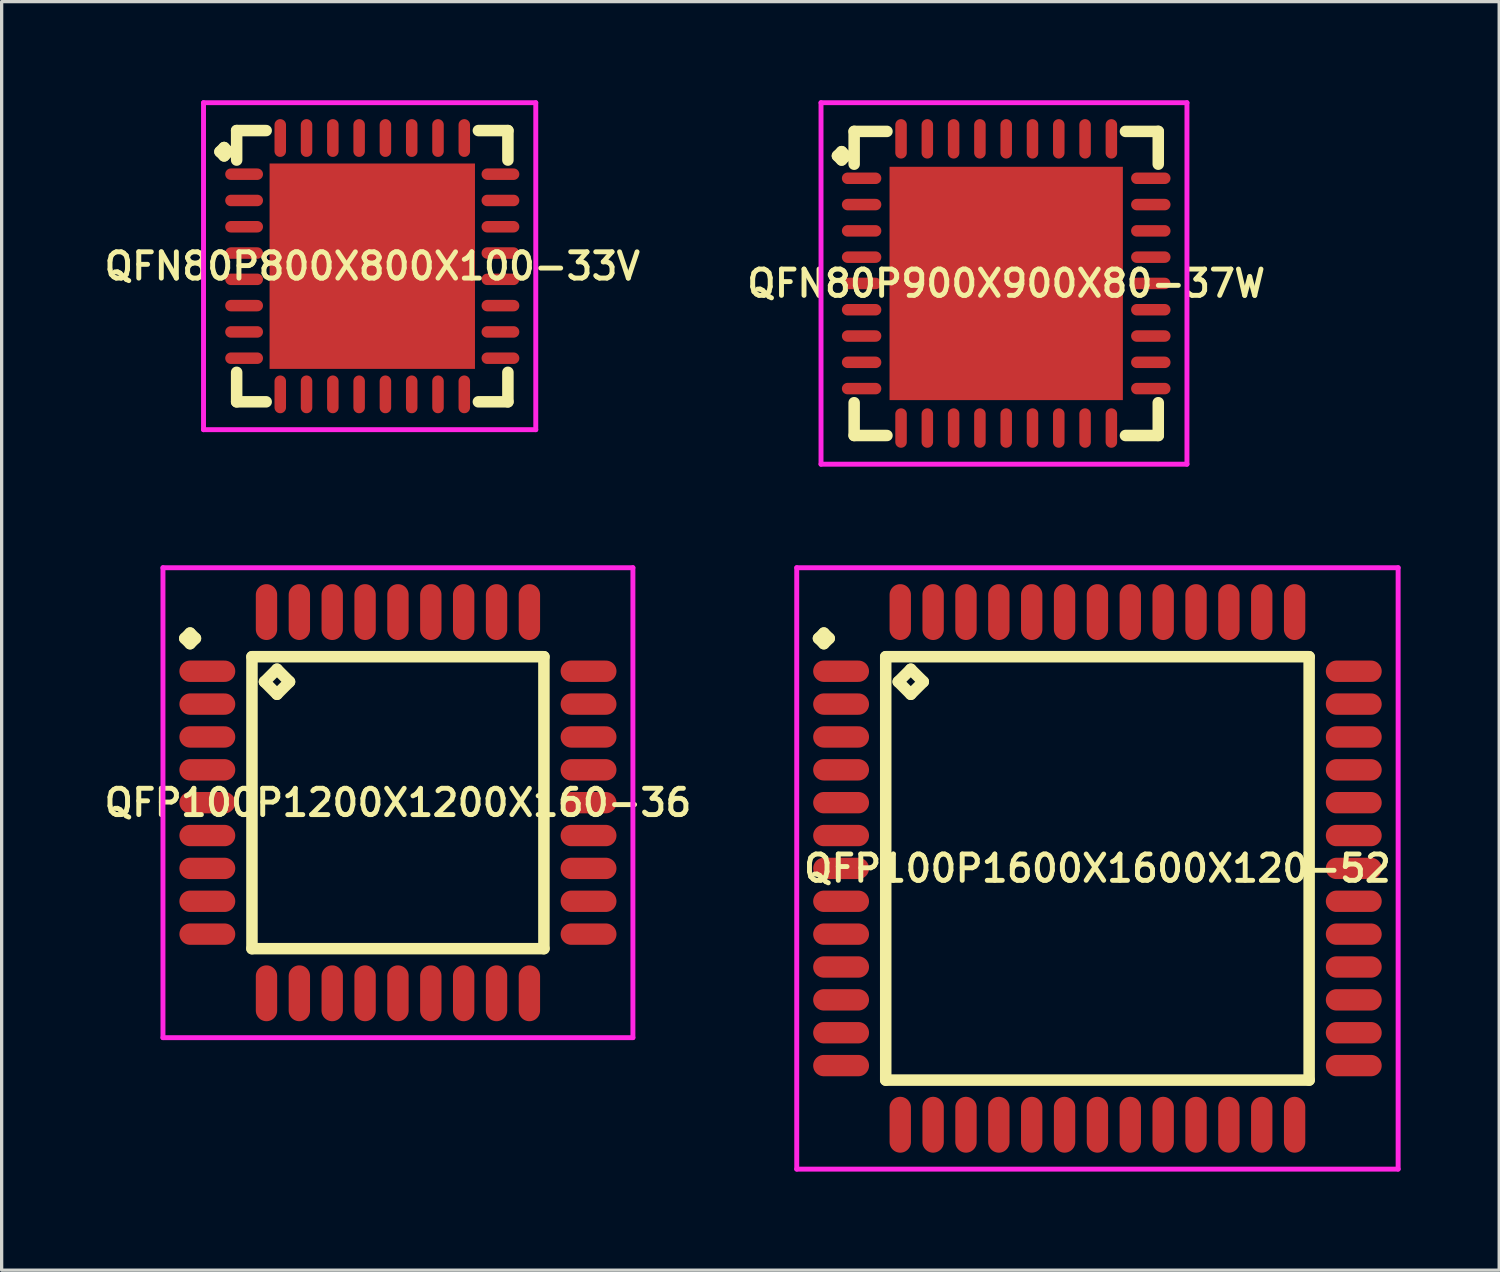
<source format=kicad_pcb>
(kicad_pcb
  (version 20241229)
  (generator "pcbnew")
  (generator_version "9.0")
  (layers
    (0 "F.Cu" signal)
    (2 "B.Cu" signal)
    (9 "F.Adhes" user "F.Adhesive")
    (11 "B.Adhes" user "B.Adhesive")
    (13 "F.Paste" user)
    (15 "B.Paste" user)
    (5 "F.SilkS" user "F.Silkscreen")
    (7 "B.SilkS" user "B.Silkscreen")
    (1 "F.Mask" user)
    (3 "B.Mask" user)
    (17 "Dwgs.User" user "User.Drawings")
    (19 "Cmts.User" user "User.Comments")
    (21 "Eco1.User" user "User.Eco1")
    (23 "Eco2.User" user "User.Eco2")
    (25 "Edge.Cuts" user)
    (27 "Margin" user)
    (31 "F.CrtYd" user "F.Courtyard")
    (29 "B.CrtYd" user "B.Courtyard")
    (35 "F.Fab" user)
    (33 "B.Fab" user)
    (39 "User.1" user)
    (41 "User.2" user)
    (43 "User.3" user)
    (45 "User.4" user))
  (footprint "QFN80P800X800X100-33V"
    (layer "F.Cu")
    (at 8.278 5.05)
    (property "Reference" "QFN80P800X800X100-33V" (at 0 0 0) (layer "F.SilkS") (effects (font (size 0.8 0.8) (thickness 0.15))))
    (attr smd)
    (fp_line (start -4.635 -3.483) (end -4.508 -3.61) (stroke (width 0.35) (type solid)) (layer "F.SilkS"))
    (fp_line (start -4.508 -3.61) (end -4.381 -3.483) (stroke (width 0.35) (type solid)) (layer "F.SilkS"))
    (fp_line (start -4.508 -3.356) (end -4.635 -3.483) (stroke (width 0.35) (type solid)) (layer "F.SilkS"))
    (fp_line (start -4.381 -3.483) (end -4.508 -3.356) (stroke (width 0.35) (type solid)) (layer "F.SilkS"))
    (fp_line (start -4.127 -4.127) (end -3.229 -4.127) (stroke (width 0.35) (type solid)) (layer "F.SilkS"))
    (fp_line (start -4.127 -3.229) (end -4.127 -4.127) (stroke (width 0.35) (type solid)) (layer "F.SilkS"))
    (fp_line (start -4.127 3.229) (end -4.127 4.127) (stroke (width 0.35) (type solid)) (layer "F.SilkS"))
    (fp_line (start -4.127 4.127) (end -3.229 4.127) (stroke (width 0.35) (type solid)) (layer "F.SilkS"))
    (fp_line (start 3.229 -4.127) (end 4.127 -4.127) (stroke (width 0.35) (type solid)) (layer "F.SilkS"))
    (fp_line (start 3.229 4.127) (end 4.127 4.127) (stroke (width 0.35) (type solid)) (layer "F.SilkS"))
    (fp_line (start 4.127 -4.127) (end 4.127 -3.229) (stroke (width 0.35) (type solid)) (layer "F.SilkS"))
    (fp_line (start 4.127 4.127) (end 4.127 3.229) (stroke (width 0.35) (type solid)) (layer "F.SilkS"))
    (fp_line (start -5.135 -4.975) (end 4.975 -4.975) (stroke (width 0.15) (type solid)) (layer "F.CrtYd"))
    (fp_line (start -5.135 4.975) (end -5.135 -4.975) (stroke (width 0.15) (type solid)) (layer "F.CrtYd"))
    (fp_line (start 4.975 -4.975) (end 4.975 4.975) (stroke (width 0.15) (type solid)) (layer "F.CrtYd"))
    (fp_line (start 4.975 4.975) (end -5.135 4.975) (stroke (width 0.15) (type solid)) (layer "F.CrtYd"))
    (pad "1" smd oval (at -3.9 -2.8) (size 1.15 0.35) (layers "F.Cu" "F.Mask" "F.Paste"))
    (pad "2" smd oval (at -3.9 -2) (size 1.15 0.35) (layers "F.Cu" "F.Mask" "F.Paste"))
    (pad "3" smd oval (at -3.9 -1.2) (size 1.15 0.35) (layers "F.Cu" "F.Mask" "F.Paste"))
    (pad "4" smd oval (at -3.9 -0.4) (size 1.15 0.35) (layers "F.Cu" "F.Mask" "F.Paste"))
    (pad "5" smd oval (at -3.9 0.4) (size 1.15 0.35) (layers "F.Cu" "F.Mask" "F.Paste"))
    (pad "6" smd oval (at -3.9 1.2) (size 1.15 0.35) (layers "F.Cu" "F.Mask" "F.Paste"))
    (pad "7" smd oval (at -3.9 2) (size 1.15 0.35) (layers "F.Cu" "F.Mask" "F.Paste"))
    (pad "8" smd oval (at -3.9 2.8) (size 1.15 0.35) (layers "F.Cu" "F.Mask" "F.Paste"))
    (pad "9" smd oval (at -2.8 3.9) (size 0.35 1.15) (layers "F.Cu" "F.Mask" "F.Paste"))
    (pad "10" smd oval (at -2 3.9) (size 0.35 1.15) (layers "F.Cu" "F.Mask" "F.Paste"))
    (pad "11" smd oval (at -1.2 3.9) (size 0.35 1.15) (layers "F.Cu" "F.Mask" "F.Paste"))
    (pad "12" smd oval (at -0.4 3.9) (size 0.35 1.15) (layers "F.Cu" "F.Mask" "F.Paste"))
    (pad "13" smd oval (at 0.4 3.9) (size 0.35 1.15) (layers "F.Cu" "F.Mask" "F.Paste"))
    (pad "14" smd oval (at 1.2 3.9) (size 0.35 1.15) (layers "F.Cu" "F.Mask" "F.Paste"))
    (pad "15" smd oval (at 2 3.9) (size 0.35 1.15) (layers "F.Cu" "F.Mask" "F.Paste"))
    (pad "16" smd oval (at 2.8 3.9) (size 0.35 1.15) (layers "F.Cu" "F.Mask" "F.Paste"))
    (pad "17" smd oval (at 3.9 2.8) (size 1.15 0.35) (layers "F.Cu" "F.Mask" "F.Paste"))
    (pad "18" smd oval (at 3.9 2) (size 1.15 0.35) (layers "F.Cu" "F.Mask" "F.Paste"))
    (pad "19" smd oval (at 3.9 1.2) (size 1.15 0.35) (layers "F.Cu" "F.Mask" "F.Paste"))
    (pad "20" smd oval (at 3.9 0.4) (size 1.15 0.35) (layers "F.Cu" "F.Mask" "F.Paste"))
    (pad "21" smd oval (at 3.9 -0.4) (size 1.15 0.35) (layers "F.Cu" "F.Mask" "F.Paste"))
    (pad "22" smd oval (at 3.9 -1.2) (size 1.15 0.35) (layers "F.Cu" "F.Mask" "F.Paste"))
    (pad "23" smd oval (at 3.9 -2) (size 1.15 0.35) (layers "F.Cu" "F.Mask" "F.Paste"))
    (pad "24" smd oval (at 3.9 -2.8) (size 1.15 0.35) (layers "F.Cu" "F.Mask" "F.Paste"))
    (pad "25" smd oval (at 2.8 -3.9) (size 0.35 1.15) (layers "F.Cu" "F.Mask" "F.Paste"))
    (pad "26" smd oval (at 2 -3.9) (size 0.35 1.15) (layers "F.Cu" "F.Mask" "F.Paste"))
    (pad "27" smd oval (at 1.2 -3.9) (size 0.35 1.15) (layers "F.Cu" "F.Mask" "F.Paste"))
    (pad "28" smd oval (at 0.4 -3.9) (size 0.35 1.15) (layers "F.Cu" "F.Mask" "F.Paste"))
    (pad "29" smd oval (at -0.4 -3.9) (size 0.35 1.15) (layers "F.Cu" "F.Mask" "F.Paste"))
    (pad "30" smd oval (at -1.2 -3.9) (size 0.35 1.15) (layers "F.Cu" "F.Mask" "F.Paste"))
    (pad "31" smd oval (at -2 -3.9) (size 0.35 1.15) (layers "F.Cu" "F.Mask" "F.Paste"))
    (pad "32" smd oval (at -2.8 -3.9) (size 0.35 1.15) (layers "F.Cu" "F.Mask" "F.Paste"))
    (pad "33" smd rect (at 0 0) (size 6.25 6.25) (layers "F.Cu" "F.Mask" "F.Paste")))
  (footprint "QFP100P1600X1600X120-52"
    (layer "F.Cu")
    (at 30.344 23.375)
    (property "Reference" "QFP100P1600X1600X120-52" (at 0 0 0) (layer "F.SilkS") (effects (font (size 0.8 0.8) (thickness 0.15))))
    (attr smd)
    (fp_line (start -8.488 -7) (end -8.325 -7.162) (stroke (width 0.35) (type solid)) (layer "F.SilkS"))
    (fp_line (start -8.325 -7.162) (end -8.162 -7) (stroke (width 0.35) (type solid)) (layer "F.SilkS"))
    (fp_line (start -8.325 -6.838) (end -8.488 -7) (stroke (width 0.35) (type solid)) (layer "F.SilkS"))
    (fp_line (start -8.162 -7) (end -8.325 -6.838) (stroke (width 0.35) (type solid)) (layer "F.SilkS"))
    (fp_line (start -6.442 -6.442) (end -6.442 6.442) (stroke (width 0.35) (type solid)) (layer "F.SilkS"))
    (fp_line (start -6.442 6.442) (end 6.442 6.442) (stroke (width 0.35) (type solid)) (layer "F.SilkS"))
    (fp_line (start -6.061 -5.68) (end -5.68 -6.061) (stroke (width 0.35) (type solid)) (layer "F.SilkS"))
    (fp_line (start -5.68 -6.061) (end -5.299 -5.68) (stroke (width 0.35) (type solid)) (layer "F.SilkS"))
    (fp_line (start -5.68 -5.299) (end -6.061 -5.68) (stroke (width 0.35) (type solid)) (layer "F.SilkS"))
    (fp_line (start -5.299 -5.68) (end -5.68 -5.299) (stroke (width 0.35) (type solid)) (layer "F.SilkS"))
    (fp_line (start 6.442 -6.442) (end -6.442 -6.442) (stroke (width 0.35) (type solid)) (layer "F.SilkS"))
    (fp_line (start 6.442 6.442) (end 6.442 -6.442) (stroke (width 0.35) (type solid)) (layer "F.SilkS"))
    (fp_line (start -9.15 -9.15) (end 9.15 -9.15) (stroke (width 0.15) (type solid)) (layer "F.CrtYd"))
    (fp_line (start -9.15 9.15) (end -9.15 -9.15) (stroke (width 0.15) (type solid)) (layer "F.CrtYd"))
    (fp_line (start 9.15 -9.15) (end 9.15 9.15) (stroke (width 0.15) (type solid)) (layer "F.CrtYd"))
    (fp_line (start 9.15 9.15) (end -9.15 9.15) (stroke (width 0.15) (type solid)) (layer "F.CrtYd"))
    (pad "1" smd oval (at -7.8 -6) (size 1.7 0.65) (layers "F.Cu" "F.Mask" "F.Paste"))
    (pad "2" smd oval (at -7.8 -5) (size 1.7 0.65) (layers "F.Cu" "F.Mask" "F.Paste"))
    (pad "3" smd oval (at -7.8 -4) (size 1.7 0.65) (layers "F.Cu" "F.Mask" "F.Paste"))
    (pad "4" smd oval (at -7.8 -3) (size 1.7 0.65) (layers "F.Cu" "F.Mask" "F.Paste"))
    (pad "5" smd oval (at -7.8 -2) (size 1.7 0.65) (layers "F.Cu" "F.Mask" "F.Paste"))
    (pad "6" smd oval (at -7.8 -1) (size 1.7 0.65) (layers "F.Cu" "F.Mask" "F.Paste"))
    (pad "7" smd oval (at -7.8 0) (size 1.7 0.65) (layers "F.Cu" "F.Mask" "F.Paste"))
    (pad "8" smd oval (at -7.8 1) (size 1.7 0.65) (layers "F.Cu" "F.Mask" "F.Paste"))
    (pad "9" smd oval (at -7.8 2) (size 1.7 0.65) (layers "F.Cu" "F.Mask" "F.Paste"))
    (pad "10" smd oval (at -7.8 3) (size 1.7 0.65) (layers "F.Cu" "F.Mask" "F.Paste"))
    (pad "11" smd oval (at -7.8 4) (size 1.7 0.65) (layers "F.Cu" "F.Mask" "F.Paste"))
    (pad "12" smd oval (at -7.8 5) (size 1.7 0.65) (layers "F.Cu" "F.Mask" "F.Paste"))
    (pad "13" smd oval (at -7.8 6) (size 1.7 0.65) (layers "F.Cu" "F.Mask" "F.Paste"))
    (pad "14" smd oval (at -6 7.8) (size 0.65 1.7) (layers "F.Cu" "F.Mask" "F.Paste"))
    (pad "15" smd oval (at -5 7.8) (size 0.65 1.7) (layers "F.Cu" "F.Mask" "F.Paste"))
    (pad "16" smd oval (at -4 7.8) (size 0.65 1.7) (layers "F.Cu" "F.Mask" "F.Paste"))
    (pad "17" smd oval (at -3 7.8) (size 0.65 1.7) (layers "F.Cu" "F.Mask" "F.Paste"))
    (pad "18" smd oval (at -2 7.8) (size 0.65 1.7) (layers "F.Cu" "F.Mask" "F.Paste"))
    (pad "19" smd oval (at -1 7.8) (size 0.65 1.7) (layers "F.Cu" "F.Mask" "F.Paste"))
    (pad "20" smd oval (at 0 7.8) (size 0.65 1.7) (layers "F.Cu" "F.Mask" "F.Paste"))
    (pad "21" smd oval (at 1 7.8) (size 0.65 1.7) (layers "F.Cu" "F.Mask" "F.Paste"))
    (pad "22" smd oval (at 2 7.8) (size 0.65 1.7) (layers "F.Cu" "F.Mask" "F.Paste"))
    (pad "23" smd oval (at 3 7.8) (size 0.65 1.7) (layers "F.Cu" "F.Mask" "F.Paste"))
    (pad "24" smd oval (at 4 7.8) (size 0.65 1.7) (layers "F.Cu" "F.Mask" "F.Paste"))
    (pad "25" smd oval (at 5 7.8) (size 0.65 1.7) (layers "F.Cu" "F.Mask" "F.Paste"))
    (pad "26" smd oval (at 6 7.8) (size 0.65 1.7) (layers "F.Cu" "F.Mask" "F.Paste"))
    (pad "27" smd oval (at 7.8 6) (size 1.7 0.65) (layers "F.Cu" "F.Mask" "F.Paste"))
    (pad "28" smd oval (at 7.8 5) (size 1.7 0.65) (layers "F.Cu" "F.Mask" "F.Paste"))
    (pad "29" smd oval (at 7.8 4) (size 1.7 0.65) (layers "F.Cu" "F.Mask" "F.Paste"))
    (pad "30" smd oval (at 7.8 3) (size 1.7 0.65) (layers "F.Cu" "F.Mask" "F.Paste"))
    (pad "31" smd oval (at 7.8 2) (size 1.7 0.65) (layers "F.Cu" "F.Mask" "F.Paste"))
    (pad "32" smd oval (at 7.8 1) (size 1.7 0.65) (layers "F.Cu" "F.Mask" "F.Paste"))
    (pad "33" smd oval (at 7.8 0) (size 1.7 0.65) (layers "F.Cu" "F.Mask" "F.Paste"))
    (pad "34" smd oval (at 7.8 -1) (size 1.7 0.65) (layers "F.Cu" "F.Mask" "F.Paste"))
    (pad "35" smd oval (at 7.8 -2) (size 1.7 0.65) (layers "F.Cu" "F.Mask" "F.Paste"))
    (pad "36" smd oval (at 7.8 -3) (size 1.7 0.65) (layers "F.Cu" "F.Mask" "F.Paste"))
    (pad "37" smd oval (at 7.8 -4) (size 1.7 0.65) (layers "F.Cu" "F.Mask" "F.Paste"))
    (pad "38" smd oval (at 7.8 -5) (size 1.7 0.65) (layers "F.Cu" "F.Mask" "F.Paste"))
    (pad "39" smd oval (at 7.8 -6) (size 1.7 0.65) (layers "F.Cu" "F.Mask" "F.Paste"))
    (pad "40" smd oval (at 6 -7.8) (size 0.65 1.7) (layers "F.Cu" "F.Mask" "F.Paste"))
    (pad "41" smd oval (at 5 -7.8) (size 0.65 1.7) (layers "F.Cu" "F.Mask" "F.Paste"))
    (pad "42" smd oval (at 4 -7.8) (size 0.65 1.7) (layers "F.Cu" "F.Mask" "F.Paste"))
    (pad "43" smd oval (at 3 -7.8) (size 0.65 1.7) (layers "F.Cu" "F.Mask" "F.Paste"))
    (pad "44" smd oval (at 2 -7.8) (size 0.65 1.7) (layers "F.Cu" "F.Mask" "F.Paste"))
    (pad "45" smd oval (at 1 -7.8) (size 0.65 1.7) (layers "F.Cu" "F.Mask" "F.Paste"))
    (pad "46" smd oval (at 0 -7.8) (size 0.65 1.7) (layers "F.Cu" "F.Mask" "F.Paste"))
    (pad "47" smd oval (at -1 -7.8) (size 0.65 1.7) (layers "F.Cu" "F.Mask" "F.Paste"))
    (pad "48" smd oval (at -2 -7.8) (size 0.65 1.7) (layers "F.Cu" "F.Mask" "F.Paste"))
    (pad "49" smd oval (at -3 -7.8) (size 0.65 1.7) (layers "F.Cu" "F.Mask" "F.Paste"))
    (pad "50" smd oval (at -4 -7.8) (size 0.65 1.7) (layers "F.Cu" "F.Mask" "F.Paste"))
    (pad "51" smd oval (at -5 -7.8) (size 0.65 1.7) (layers "F.Cu" "F.Mask" "F.Paste"))
    (pad "52" smd oval (at -6 -7.8) (size 0.65 1.7) (layers "F.Cu" "F.Mask" "F.Paste")))
  (footprint "QFP100P1200X1200X160-36"
    (layer "F.Cu")
    (at 9.059 21.375)
    (property "Reference" "QFP100P1200X1200X160-36" (at 0 0 0) (layer "F.SilkS") (effects (font (size 0.8 0.8) (thickness 0.15))))
    (attr smd)
    (fp_line (start -6.487 -5) (end -6.325 -5.162) (stroke (width 0.35) (type solid)) (layer "F.SilkS"))
    (fp_line (start -6.325 -5.162) (end -6.162 -5) (stroke (width 0.35) (type solid)) (layer "F.SilkS"))
    (fp_line (start -6.325 -4.838) (end -6.487 -5) (stroke (width 0.35) (type solid)) (layer "F.SilkS"))
    (fp_line (start -6.162 -5) (end -6.325 -4.838) (stroke (width 0.35) (type solid)) (layer "F.SilkS"))
    (fp_line (start -4.442 -4.442) (end -4.442 4.442) (stroke (width 0.35) (type solid)) (layer "F.SilkS"))
    (fp_line (start -4.442 4.442) (end 4.442 4.442) (stroke (width 0.35) (type solid)) (layer "F.SilkS"))
    (fp_line (start -4.061 -3.68) (end -3.68 -4.061) (stroke (width 0.35) (type solid)) (layer "F.SilkS"))
    (fp_line (start -3.68 -4.061) (end -3.299 -3.68) (stroke (width 0.35) (type solid)) (layer "F.SilkS"))
    (fp_line (start -3.68 -3.299) (end -4.061 -3.68) (stroke (width 0.35) (type solid)) (layer "F.SilkS"))
    (fp_line (start -3.299 -3.68) (end -3.68 -3.299) (stroke (width 0.35) (type solid)) (layer "F.SilkS"))
    (fp_line (start 4.442 -4.442) (end -4.442 -4.442) (stroke (width 0.35) (type solid)) (layer "F.SilkS"))
    (fp_line (start 4.442 4.442) (end 4.442 -4.442) (stroke (width 0.35) (type solid)) (layer "F.SilkS"))
    (fp_line (start -7.15 -7.15) (end 7.15 -7.15) (stroke (width 0.15) (type solid)) (layer "F.CrtYd"))
    (fp_line (start -7.15 7.15) (end -7.15 -7.15) (stroke (width 0.15) (type solid)) (layer "F.CrtYd"))
    (fp_line (start 7.15 -7.15) (end 7.15 7.15) (stroke (width 0.15) (type solid)) (layer "F.CrtYd"))
    (fp_line (start 7.15 7.15) (end -7.15 7.15) (stroke (width 0.15) (type solid)) (layer "F.CrtYd"))
    (pad "1" smd oval (at -5.8 -4) (size 1.7 0.65) (layers "F.Cu" "F.Mask" "F.Paste"))
    (pad "2" smd oval (at -5.8 -3) (size 1.7 0.65) (layers "F.Cu" "F.Mask" "F.Paste"))
    (pad "3" smd oval (at -5.8 -2) (size 1.7 0.65) (layers "F.Cu" "F.Mask" "F.Paste"))
    (pad "4" smd oval (at -5.8 -1) (size 1.7 0.65) (layers "F.Cu" "F.Mask" "F.Paste"))
    (pad "5" smd oval (at -5.8 0) (size 1.7 0.65) (layers "F.Cu" "F.Mask" "F.Paste"))
    (pad "6" smd oval (at -5.8 1) (size 1.7 0.65) (layers "F.Cu" "F.Mask" "F.Paste"))
    (pad "7" smd oval (at -5.8 2) (size 1.7 0.65) (layers "F.Cu" "F.Mask" "F.Paste"))
    (pad "8" smd oval (at -5.8 3) (size 1.7 0.65) (layers "F.Cu" "F.Mask" "F.Paste"))
    (pad "9" smd oval (at -5.8 4) (size 1.7 0.65) (layers "F.Cu" "F.Mask" "F.Paste"))
    (pad "10" smd oval (at -4 5.8) (size 0.65 1.7) (layers "F.Cu" "F.Mask" "F.Paste"))
    (pad "11" smd oval (at -3 5.8) (size 0.65 1.7) (layers "F.Cu" "F.Mask" "F.Paste"))
    (pad "12" smd oval (at -2 5.8) (size 0.65 1.7) (layers "F.Cu" "F.Mask" "F.Paste"))
    (pad "13" smd oval (at -1 5.8) (size 0.65 1.7) (layers "F.Cu" "F.Mask" "F.Paste"))
    (pad "14" smd oval (at 0 5.8) (size 0.65 1.7) (layers "F.Cu" "F.Mask" "F.Paste"))
    (pad "15" smd oval (at 1 5.8) (size 0.65 1.7) (layers "F.Cu" "F.Mask" "F.Paste"))
    (pad "16" smd oval (at 2 5.8) (size 0.65 1.7) (layers "F.Cu" "F.Mask" "F.Paste"))
    (pad "17" smd oval (at 3 5.8) (size 0.65 1.7) (layers "F.Cu" "F.Mask" "F.Paste"))
    (pad "18" smd oval (at 4 5.8) (size 0.65 1.7) (layers "F.Cu" "F.Mask" "F.Paste"))
    (pad "19" smd oval (at 5.8 4) (size 1.7 0.65) (layers "F.Cu" "F.Mask" "F.Paste"))
    (pad "20" smd oval (at 5.8 3) (size 1.7 0.65) (layers "F.Cu" "F.Mask" "F.Paste"))
    (pad "21" smd oval (at 5.8 2) (size 1.7 0.65) (layers "F.Cu" "F.Mask" "F.Paste"))
    (pad "22" smd oval (at 5.8 1) (size 1.7 0.65) (layers "F.Cu" "F.Mask" "F.Paste"))
    (pad "23" smd oval (at 5.8 0) (size 1.7 0.65) (layers "F.Cu" "F.Mask" "F.Paste"))
    (pad "24" smd oval (at 5.8 -1) (size 1.7 0.65) (layers "F.Cu" "F.Mask" "F.Paste"))
    (pad "25" smd oval (at 5.8 -2) (size 1.7 0.65) (layers "F.Cu" "F.Mask" "F.Paste"))
    (pad "26" smd oval (at 5.8 -3) (size 1.7 0.65) (layers "F.Cu" "F.Mask" "F.Paste"))
    (pad "27" smd oval (at 5.8 -4) (size 1.7 0.65) (layers "F.Cu" "F.Mask" "F.Paste"))
    (pad "28" smd oval (at 4 -5.8) (size 0.65 1.7) (layers "F.Cu" "F.Mask" "F.Paste"))
    (pad "29" smd oval (at 3 -5.8) (size 0.65 1.7) (layers "F.Cu" "F.Mask" "F.Paste"))
    (pad "30" smd oval (at 2 -5.8) (size 0.65 1.7) (layers "F.Cu" "F.Mask" "F.Paste"))
    (pad "31" smd oval (at 1 -5.8) (size 0.65 1.7) (layers "F.Cu" "F.Mask" "F.Paste"))
    (pad "32" smd oval (at 0 -5.8) (size 0.65 1.7) (layers "F.Cu" "F.Mask" "F.Paste"))
    (pad "33" smd oval (at -1 -5.8) (size 0.65 1.7) (layers "F.Cu" "F.Mask" "F.Paste"))
    (pad "34" smd oval (at -2 -5.8) (size 0.65 1.7) (layers "F.Cu" "F.Mask" "F.Paste"))
    (pad "35" smd oval (at -3 -5.8) (size 0.65 1.7) (layers "F.Cu" "F.Mask" "F.Paste"))
    (pad "36" smd oval (at -4 -5.8) (size 0.65 1.7) (layers "F.Cu" "F.Mask" "F.Paste")))
  (footprint "QFN80P900X900X80-37W"
    (layer "F.Cu")
    (at 27.568 5.575)
    (property "Reference" "QFN80P900X900X80-37W" (at 0 0 0) (layer "F.SilkS") (effects (font (size 0.8 0.8) (thickness 0.15))))
    (attr smd)
    (fp_line (start -5.135 -3.883) (end -5.008 -4.01) (stroke (width 0.35) (type solid)) (layer "F.SilkS"))
    (fp_line (start -5.008 -4.01) (end -4.881 -3.883) (stroke (width 0.35) (type solid)) (layer "F.SilkS"))
    (fp_line (start -5.008 -3.756) (end -5.135 -3.883) (stroke (width 0.35) (type solid)) (layer "F.SilkS"))
    (fp_line (start -4.881 -3.883) (end -5.008 -3.756) (stroke (width 0.35) (type solid)) (layer "F.SilkS"))
    (fp_line (start -4.627 -4.627) (end -3.629 -4.627) (stroke (width 0.35) (type solid)) (layer "F.SilkS"))
    (fp_line (start -4.627 -3.629) (end -4.627 -4.627) (stroke (width 0.35) (type solid)) (layer "F.SilkS"))
    (fp_line (start -4.627 3.629) (end -4.627 4.627) (stroke (width 0.35) (type solid)) (layer "F.SilkS"))
    (fp_line (start -4.627 4.627) (end -3.629 4.627) (stroke (width 0.35) (type solid)) (layer "F.SilkS"))
    (fp_line (start 3.629 -4.627) (end 4.627 -4.627) (stroke (width 0.35) (type solid)) (layer "F.SilkS"))
    (fp_line (start 3.629 4.627) (end 4.627 4.627) (stroke (width 0.35) (type solid)) (layer "F.SilkS"))
    (fp_line (start 4.627 -4.627) (end 4.627 -3.629) (stroke (width 0.35) (type solid)) (layer "F.SilkS"))
    (fp_line (start 4.627 4.627) (end 4.627 3.629) (stroke (width 0.35) (type solid)) (layer "F.SilkS"))
    (fp_line (start -5.635 -5.5) (end 5.5 -5.5) (stroke (width 0.15) (type solid)) (layer "F.CrtYd"))
    (fp_line (start -5.635 5.5) (end -5.635 -5.5) (stroke (width 0.15) (type solid)) (layer "F.CrtYd"))
    (fp_line (start 5.5 -5.5) (end 5.5 5.5) (stroke (width 0.15) (type solid)) (layer "F.CrtYd"))
    (fp_line (start 5.5 5.5) (end -5.635 5.5) (stroke (width 0.15) (type solid)) (layer "F.CrtYd"))
    (pad "1" smd oval (at -4.4 -3.2) (size 1.2 0.35) (layers "F.Cu" "F.Mask" "F.Paste"))
    (pad "2" smd oval (at -4.4 -2.4) (size 1.2 0.35) (layers "F.Cu" "F.Mask" "F.Paste"))
    (pad "3" smd oval (at -4.4 -1.6) (size 1.2 0.35) (layers "F.Cu" "F.Mask" "F.Paste"))
    (pad "4" smd oval (at -4.4 -0.8) (size 1.2 0.35) (layers "F.Cu" "F.Mask" "F.Paste"))
    (pad "5" smd oval (at -4.4 0) (size 1.2 0.35) (layers "F.Cu" "F.Mask" "F.Paste"))
    (pad "6" smd oval (at -4.4 0.8) (size 1.2 0.35) (layers "F.Cu" "F.Mask" "F.Paste"))
    (pad "7" smd oval (at -4.4 1.6) (size 1.2 0.35) (layers "F.Cu" "F.Mask" "F.Paste"))
    (pad "8" smd oval (at -4.4 2.4) (size 1.2 0.35) (layers "F.Cu" "F.Mask" "F.Paste"))
    (pad "9" smd oval (at -4.4 3.2) (size 1.2 0.35) (layers "F.Cu" "F.Mask" "F.Paste"))
    (pad "10" smd oval (at -3.2 4.4) (size 0.35 1.2) (layers "F.Cu" "F.Mask" "F.Paste"))
    (pad "11" smd oval (at -2.4 4.4) (size 0.35 1.2) (layers "F.Cu" "F.Mask" "F.Paste"))
    (pad "12" smd oval (at -1.6 4.4) (size 0.35 1.2) (layers "F.Cu" "F.Mask" "F.Paste"))
    (pad "13" smd oval (at -0.8 4.4) (size 0.35 1.2) (layers "F.Cu" "F.Mask" "F.Paste"))
    (pad "14" smd oval (at 0 4.4) (size 0.35 1.2) (layers "F.Cu" "F.Mask" "F.Paste"))
    (pad "15" smd oval (at 0.8 4.4) (size 0.35 1.2) (layers "F.Cu" "F.Mask" "F.Paste"))
    (pad "16" smd oval (at 1.6 4.4) (size 0.35 1.2) (layers "F.Cu" "F.Mask" "F.Paste"))
    (pad "17" smd oval (at 2.4 4.4) (size 0.35 1.2) (layers "F.Cu" "F.Mask" "F.Paste"))
    (pad "18" smd oval (at 3.2 4.4) (size 0.35 1.2) (layers "F.Cu" "F.Mask" "F.Paste"))
    (pad "19" smd oval (at 4.4 3.2) (size 1.2 0.35) (layers "F.Cu" "F.Mask" "F.Paste"))
    (pad "20" smd oval (at 4.4 2.4) (size 1.2 0.35) (layers "F.Cu" "F.Mask" "F.Paste"))
    (pad "21" smd oval (at 4.4 1.6) (size 1.2 0.35) (layers "F.Cu" "F.Mask" "F.Paste"))
    (pad "22" smd oval (at 4.4 0.8) (size 1.2 0.35) (layers "F.Cu" "F.Mask" "F.Paste"))
    (pad "23" smd oval (at 4.4 0) (size 1.2 0.35) (layers "F.Cu" "F.Mask" "F.Paste"))
    (pad "24" smd oval (at 4.4 -0.8) (size 1.2 0.35) (layers "F.Cu" "F.Mask" "F.Paste"))
    (pad "25" smd oval (at 4.4 -1.6) (size 1.2 0.35) (layers "F.Cu" "F.Mask" "F.Paste"))
    (pad "26" smd oval (at 4.4 -2.4) (size 1.2 0.35) (layers "F.Cu" "F.Mask" "F.Paste"))
    (pad "27" smd oval (at 4.4 -3.2) (size 1.2 0.35) (layers "F.Cu" "F.Mask" "F.Paste"))
    (pad "28" smd oval (at 3.2 -4.4) (size 0.35 1.2) (layers "F.Cu" "F.Mask" "F.Paste"))
    (pad "29" smd oval (at 2.4 -4.4) (size 0.35 1.2) (layers "F.Cu" "F.Mask" "F.Paste"))
    (pad "30" smd oval (at 1.6 -4.4) (size 0.35 1.2) (layers "F.Cu" "F.Mask" "F.Paste"))
    (pad "31" smd oval (at 0.8 -4.4) (size 0.35 1.2) (layers "F.Cu" "F.Mask" "F.Paste"))
    (pad "32" smd oval (at 0 -4.4) (size 0.35 1.2) (layers "F.Cu" "F.Mask" "F.Paste"))
    (pad "33" smd oval (at -0.8 -4.4) (size 0.35 1.2) (layers "F.Cu" "F.Mask" "F.Paste"))
    (pad "34" smd oval (at -1.6 -4.4) (size 0.35 1.2) (layers "F.Cu" "F.Mask" "F.Paste"))
    (pad "35" smd oval (at -2.4 -4.4) (size 0.35 1.2) (layers "F.Cu" "F.Mask" "F.Paste"))
    (pad "36" smd oval (at -3.2 -4.4) (size 0.35 1.2) (layers "F.Cu" "F.Mask" "F.Paste"))
    (pad "37" smd rect (at 0 0) (size 7.1 7.1) (layers "F.Cu" "F.Mask" "F.Paste")))
  (gr_rect
    (start -3 -3)
    (end 42.569 35.6)
    (stroke (width 0.1) (type default))
    (fill no)
    (layer "Edge.Cuts")))
</source>
